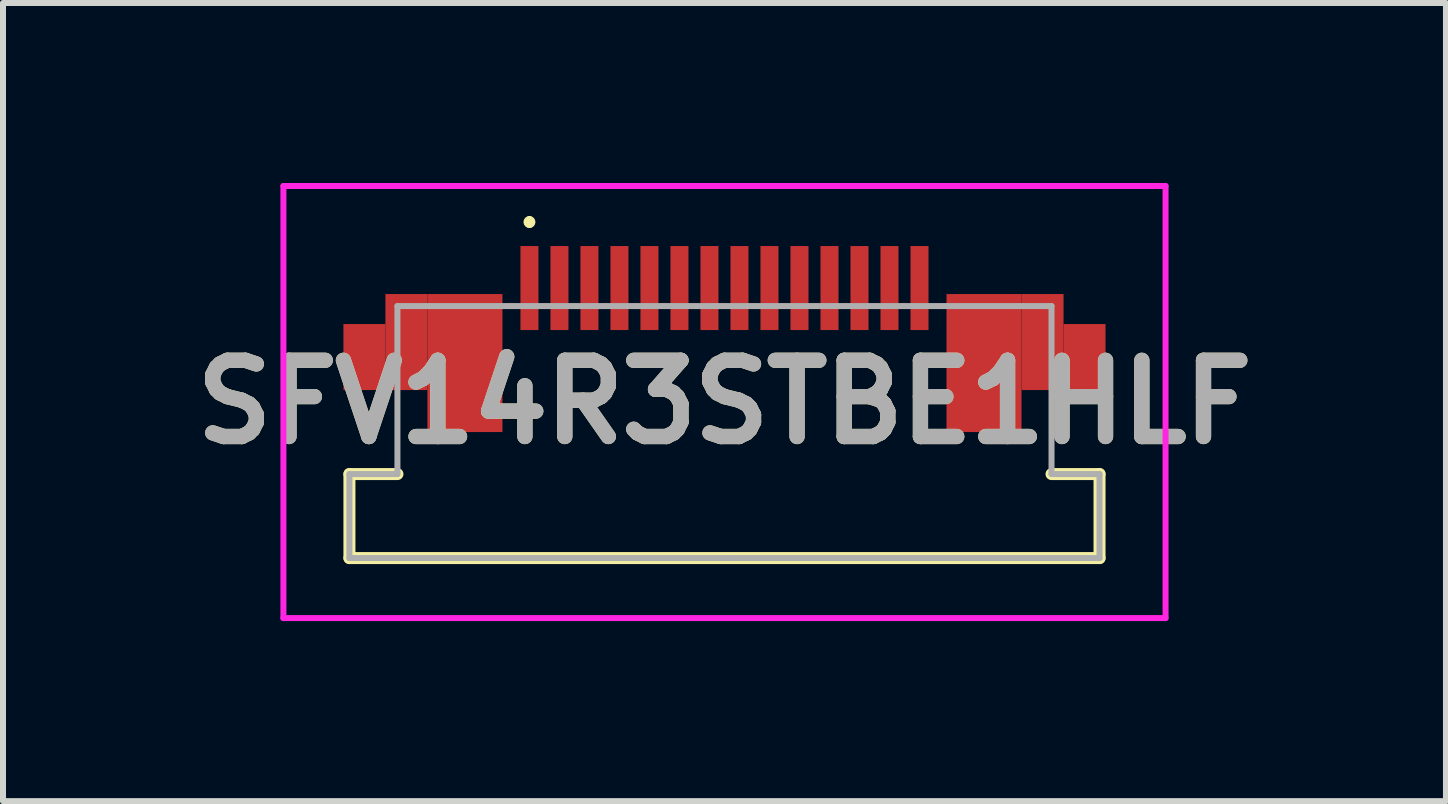
<source format=kicad_pcb>
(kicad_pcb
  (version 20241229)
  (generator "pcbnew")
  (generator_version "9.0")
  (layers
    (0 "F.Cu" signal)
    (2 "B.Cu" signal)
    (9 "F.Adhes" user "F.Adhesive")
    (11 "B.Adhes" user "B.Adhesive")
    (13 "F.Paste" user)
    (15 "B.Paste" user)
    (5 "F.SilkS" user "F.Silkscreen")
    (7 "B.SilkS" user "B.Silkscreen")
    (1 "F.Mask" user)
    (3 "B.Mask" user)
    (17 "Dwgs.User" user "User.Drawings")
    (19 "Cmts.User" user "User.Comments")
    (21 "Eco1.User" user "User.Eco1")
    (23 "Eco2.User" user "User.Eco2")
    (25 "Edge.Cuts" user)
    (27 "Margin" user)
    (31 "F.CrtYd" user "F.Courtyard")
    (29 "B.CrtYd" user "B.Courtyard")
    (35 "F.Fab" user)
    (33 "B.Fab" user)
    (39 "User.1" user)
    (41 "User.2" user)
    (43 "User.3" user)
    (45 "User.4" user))
  (footprint "SFV14R3STBE1HLF"
    (layer "F.Cu")
    (at 9.023 1.85)
    (property "Reference" "SFV14R3STBE1HLF" (at 0 1.8 0) (layer "F.SilkS") (effects (font (size 1.27 1.27) (thickness 0.254))))
    (attr smd)
    (fp_line (start -6.25 3) (end -6.25 4.4) (stroke (width 0.2) (type solid)) (layer "F.SilkS"))
    (fp_line (start -6.25 4.4) (end 6.25 4.4) (stroke (width 0.2) (type solid)) (layer "F.SilkS"))
    (fp_line (start -5.45 3) (end -6.25 3) (stroke (width 0.2) (type solid)) (layer "F.SilkS"))
    (fp_line (start -3.25 -1.25) (end -3.25 -1.25) (stroke (width 0.1) (type solid)) (layer "F.SilkS"))
    (fp_line (start -3.25 -1.15) (end -3.25 -1.15) (stroke (width 0.1) (type solid)) (layer "F.SilkS"))
    (fp_line (start 6.25 3) (end 5.45 3) (stroke (width 0.2) (type solid)) (layer "F.SilkS"))
    (fp_line (start 6.25 4.4) (end 6.25 3) (stroke (width 0.2) (type solid)) (layer "F.SilkS"))
    (fp_arc (start -3.25 -1.25) (mid -3.2 -1.2) (end -3.25 -1.15) (stroke (width 0.1) (type solid)) (layer "F.SilkS"))
    (fp_arc (start -3.25 -1.15) (mid -3.3 -1.2) (end -3.25 -1.25) (stroke (width 0.1) (type solid)) (layer "F.SilkS"))
    (fp_line (start -7.35 -1.8) (end 7.35 -1.8) (stroke (width 0.1) (type solid)) (layer "F.CrtYd"))
    (fp_line (start -7.35 5.4) (end -7.35 -1.8) (stroke (width 0.1) (type solid)) (layer "F.CrtYd"))
    (fp_line (start 7.35 -1.8) (end 7.35 5.4) (stroke (width 0.1) (type solid)) (layer "F.CrtYd"))
    (fp_line (start 7.35 5.4) (end -7.35 5.4) (stroke (width 0.1) (type solid)) (layer "F.CrtYd"))
    (fp_line (start -6.25 3) (end -6.25 4.4) (stroke (width 0.1) (type solid)) (layer "F.Fab"))
    (fp_line (start -6.25 4.4) (end 0 4.4) (stroke (width 0.1) (type solid)) (layer "F.Fab"))
    (fp_line (start -5.45 0.2) (end -5.45 3) (stroke (width 0.1) (type solid)) (layer "F.Fab"))
    (fp_line (start -5.45 3) (end -6.25 3) (stroke (width 0.1) (type solid)) (layer "F.Fab"))
    (fp_line (start 0 4.4) (end 6.25 4.4) (stroke (width 0.1) (type solid)) (layer "F.Fab"))
    (fp_line (start 5.45 0.2) (end -5.45 0.2) (stroke (width 0.1) (type solid)) (layer "F.Fab"))
    (fp_line (start 5.45 3) (end 5.45 0.2) (stroke (width 0.1) (type solid)) (layer "F.Fab"))
    (fp_line (start 6.25 3) (end 5.45 3) (stroke (width 0.1) (type solid)) (layer "F.Fab"))
    (fp_line (start 6.25 4.4) (end 6.25 3) (stroke (width 0.1) (type solid)) (layer "F.Fab"))
    (fp_text user "${REFERENCE}" (at 0 1.8 0) (layer "F.Fab") (effects (font (size 1.27 1.27) (thickness 0.254))))
    (pad "1" smd rect (at -3.25 -0.1) (size 0.3 1.4) (layers "F.Cu" "F.Mask" "F.Paste"))
    (pad "2" smd rect (at -2.75 -0.1) (size 0.3 1.4) (layers "F.Cu" "F.Mask" "F.Paste"))
    (pad "3" smd rect (at -2.25 -0.1) (size 0.3 1.4) (layers "F.Cu" "F.Mask" "F.Paste"))
    (pad "4" smd rect (at -1.75 -0.1) (size 0.3 1.4) (layers "F.Cu" "F.Mask" "F.Paste"))
    (pad "5" smd rect (at -1.25 -0.1) (size 0.3 1.4) (layers "F.Cu" "F.Mask" "F.Paste"))
    (pad "6" smd rect (at -0.75 -0.1) (size 0.3 1.4) (layers "F.Cu" "F.Mask" "F.Paste"))
    (pad "7" smd rect (at -0.25 -0.1) (size 0.3 1.4) (layers "F.Cu" "F.Mask" "F.Paste"))
    (pad "8" smd rect (at 0.25 -0.1) (size 0.3 1.4) (layers "F.Cu" "F.Mask" "F.Paste"))
    (pad "9" smd rect (at 0.75 -0.1) (size 0.3 1.4) (layers "F.Cu" "F.Mask" "F.Paste"))
    (pad "10" smd rect (at 1.25 -0.1) (size 0.3 1.4) (layers "F.Cu" "F.Mask" "F.Paste"))
    (pad "11" smd rect (at 1.75 -0.1) (size 0.3 1.4) (layers "F.Cu" "F.Mask" "F.Paste"))
    (pad "12" smd rect (at 2.25 -0.1) (size 0.3 1.4) (layers "F.Cu" "F.Mask" "F.Paste"))
    (pad "13" smd rect (at 2.75 -0.1) (size 0.3 1.4) (layers "F.Cu" "F.Mask" "F.Paste"))
    (pad "14" smd rect (at 3.25 -0.1) (size 0.3 1.4) (layers "F.Cu" "F.Mask" "F.Paste"))
    (pad "15" smd rect (at 6 1.05) (size 0.7 1.1) (layers "F.Cu" "F.Mask" "F.Paste"))
    (pad "16" smd rect (at -6 1.05) (size 0.7 1.1) (layers "F.Cu" "F.Mask" "F.Paste"))
    (pad "17" smd rect (at -5.3 0.8) (size 0.7 1.6) (layers "F.Cu" "F.Mask" "F.Paste"))
    (pad "18" smd rect (at -4.325 1.15) (size 1.25 2.3) (layers "F.Cu" "F.Mask" "F.Paste"))
    (pad "19" smd rect (at 5.3 0.8) (size 0.7 1.6) (layers "F.Cu" "F.Mask" "F.Paste"))
    (pad "20" smd rect (at 4.325 1.15) (size 1.25 2.3) (layers "F.Cu" "F.Mask" "F.Paste")))
  (gr_rect
    (start -3 -3)
    (end 21.046 10.3)
    (stroke (width 0.1) (type default))
    (fill no)
    (layer "Edge.Cuts")))
</source>
